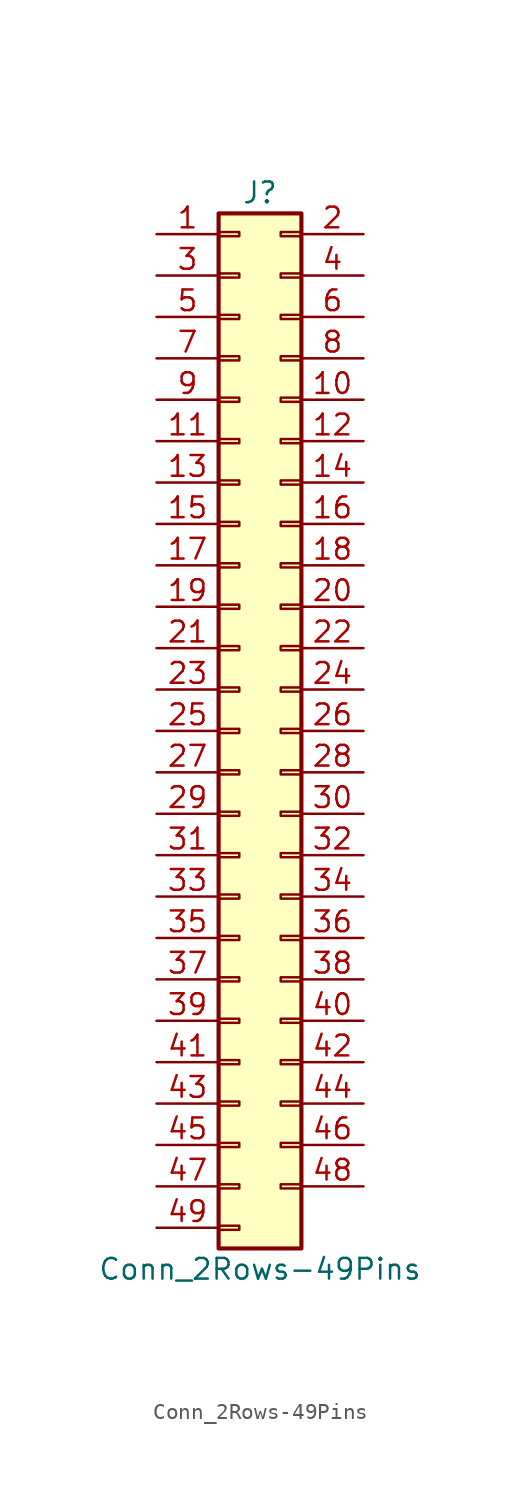
<source format=kicad_sym>
(kicad_symbol_lib
  (version 20200908)
  (generator kicad_symbol_editor)
  (symbol "Connector_Generic:Conn_2Rows-49Pins"
    (pin_names
      (offset 1.016) hide)
    (property "Reference" "J"
      (at 1.27 33.02 0)
      (effects (font (size 1.27 1.27))))
    (property "Value" "Conn_2Rows-49Pins"
      (at 1.27 -33.02 0)
      (effects (font (size 1.27 1.27))))
    (symbol "Conn_2Rows-49Pins_1_1"
      (rectangle (start -1.27 -27.813) (end 0 -28.067) (stroke (width 0.152)) (fill (type none)))
      (rectangle (start -1.27 -30.353) (end 0 -30.607) (stroke (width 0.152)) (fill (type none)))
      (rectangle (start -1.27 -4.953) (end 0 -5.207) (stroke (width 0.152)) (fill (type none)))
      (rectangle (start -1.27 -7.493) (end 0 -7.747) (stroke (width 0.152)) (fill (type none)))
      (rectangle (start -1.27 -10.033) (end 0 -10.287) (stroke (width 0.152)) (fill (type none)))
      (rectangle (start -1.27 -12.573) (end 0 -12.827) (stroke (width 0.152)) (fill (type none)))
      (rectangle (start -1.27 -15.113) (end 0 -15.367) (stroke (width 0.152)) (fill (type none)))
      (rectangle (start -1.27 -17.653) (end 0 -17.907) (stroke (width 0.152)) (fill (type none)))
      (rectangle (start -1.27 -20.193) (end 0 -20.447) (stroke (width 0.152)) (fill (type none)))
      (rectangle (start -1.27 -22.733) (end 0 -22.987) (stroke (width 0.152)) (fill (type none)))
      (rectangle (start -1.27 -2.413) (end 0 -2.667) (stroke (width 0.152)) (fill (type none)))
      (rectangle (start -1.27 -25.273) (end 0 -25.527) (stroke (width 0.152)) (fill (type none)))
      (rectangle (start -1.27 25.527) (end 0 25.273) (stroke (width 0.152)) (fill (type none)))
      (rectangle (start -1.27 2.667) (end 0 2.413) (stroke (width 0.152)) (fill (type none)))
      (rectangle (start -1.27 28.067) (end 0 27.813) (stroke (width 0.152)) (fill (type none)))
      (rectangle (start -1.27 30.607) (end 0 30.353) (stroke (width 0.152)) (fill (type none)))
      (rectangle (start -1.27 31.75) (end 3.81 -31.75) (stroke (width 0.254)) (fill (type background)))
      (rectangle (start -1.27 5.207) (end 0 4.953) (stroke (width 0.152)) (fill (type none)))
      (rectangle (start -1.27 7.747) (end 0 7.493) (stroke (width 0.152)) (fill (type none)))
      (rectangle (start -1.27 10.287) (end 0 10.033) (stroke (width 0.152)) (fill (type none)))
      (rectangle (start -1.27 0.127) (end 0 -0.127) (stroke (width 0.152)) (fill (type none)))
      (rectangle (start -1.27 12.827) (end 0 12.573) (stroke (width 0.152)) (fill (type none)))
      (rectangle (start -1.27 15.367) (end 0 15.113) (stroke (width 0.152)) (fill (type none)))
      (rectangle (start -1.27 17.907) (end 0 17.653) (stroke (width 0.152)) (fill (type none)))
      (rectangle (start -1.27 20.447) (end 0 20.193) (stroke (width 0.152)) (fill (type none)))
      (rectangle (start -1.27 22.987) (end 0 22.733) (stroke (width 0.152)) (fill (type none)))
      (rectangle (start 3.81 -27.813) (end 2.54 -28.067) (stroke (width 0.152)) (fill (type none)))
      (rectangle (start 3.81 -4.953) (end 2.54 -5.207) (stroke (width 0.152)) (fill (type none)))
      (rectangle (start 3.81 -7.493) (end 2.54 -7.747) (stroke (width 0.152)) (fill (type none)))
      (rectangle (start 3.81 -10.033) (end 2.54 -10.287) (stroke (width 0.152)) (fill (type none)))
      (rectangle (start 3.81 -12.573) (end 2.54 -12.827) (stroke (width 0.152)) (fill (type none)))
      (rectangle (start 3.81 -15.113) (end 2.54 -15.367) (stroke (width 0.152)) (fill (type none)))
      (rectangle (start 3.81 -17.653) (end 2.54 -17.907) (stroke (width 0.152)) (fill (type none)))
      (rectangle (start 3.81 -20.193) (end 2.54 -20.447) (stroke (width 0.152)) (fill (type none)))
      (rectangle (start 3.81 -22.733) (end 2.54 -22.987) (stroke (width 0.152)) (fill (type none)))
      (rectangle (start 3.81 -2.413) (end 2.54 -2.667) (stroke (width 0.152)) (fill (type none)))
      (rectangle (start 3.81 -25.273) (end 2.54 -25.527) (stroke (width 0.152)) (fill (type none)))
      (rectangle (start 3.81 25.527) (end 2.54 25.273) (stroke (width 0.152)) (fill (type none)))
      (rectangle (start 3.81 2.667) (end 2.54 2.413) (stroke (width 0.152)) (fill (type none)))
      (rectangle (start 3.81 28.067) (end 2.54 27.813) (stroke (width 0.152)) (fill (type none)))
      (rectangle (start 3.81 30.607) (end 2.54 30.353) (stroke (width 0.152)) (fill (type none)))
      (rectangle (start 3.81 5.207) (end 2.54 4.953) (stroke (width 0.152)) (fill (type none)))
      (rectangle (start 3.81 7.747) (end 2.54 7.493) (stroke (width 0.152)) (fill (type none)))
      (rectangle (start 3.81 10.287) (end 2.54 10.033) (stroke (width 0.152)) (fill (type none)))
      (rectangle (start 3.81 0.127) (end 2.54 -0.127) (stroke (width 0.152)) (fill (type none)))
      (rectangle (start 3.81 12.827) (end 2.54 12.573) (stroke (width 0.152)) (fill (type none)))
      (rectangle (start 3.81 15.367) (end 2.54 15.113) (stroke (width 0.152)) (fill (type none)))
      (rectangle (start 3.81 17.907) (end 2.54 17.653) (stroke (width 0.152)) (fill (type none)))
      (rectangle (start 3.81 20.447) (end 2.54 20.193) (stroke (width 0.152)) (fill (type none)))
      (rectangle (start 3.81 22.987) (end 2.54 22.733) (stroke (width 0.152)) (fill (type none)))
      (pin passive line (at -5.08 30.48 0) (length 3.81) (name "Pin_1" (effects (font (size 1.27 1.27)))) (number "1" (effects (font (size 1.27 1.27)))))
      (pin passive line (at 7.62 20.32 180) (length 3.81) (name "Pin_10" (effects (font (size 1.27 1.27)))) (number "10" (effects (font (size 1.27 1.27)))))
      (pin passive line (at -5.08 17.78 0) (length 3.81) (name "Pin_11" (effects (font (size 1.27 1.27)))) (number "11" (effects (font (size 1.27 1.27)))))
      (pin passive line (at 7.62 17.78 180) (length 3.81) (name "Pin_12" (effects (font (size 1.27 1.27)))) (number "12" (effects (font (size 1.27 1.27)))))
      (pin passive line (at -5.08 15.24 0) (length 3.81) (name "Pin_13" (effects (font (size 1.27 1.27)))) (number "13" (effects (font (size 1.27 1.27)))))
      (pin passive line (at 7.62 15.24 180) (length 3.81) (name "Pin_14" (effects (font (size 1.27 1.27)))) (number "14" (effects (font (size 1.27 1.27)))))
      (pin passive line (at -5.08 12.7 0) (length 3.81) (name "Pin_15" (effects (font (size 1.27 1.27)))) (number "15" (effects (font (size 1.27 1.27)))))
      (pin passive line (at 7.62 12.7 180) (length 3.81) (name "Pin_16" (effects (font (size 1.27 1.27)))) (number "16" (effects (font (size 1.27 1.27)))))
      (pin passive line (at -5.08 10.16 0) (length 3.81) (name "Pin_17" (effects (font (size 1.27 1.27)))) (number "17" (effects (font (size 1.27 1.27)))))
      (pin passive line (at 7.62 10.16 180) (length 3.81) (name "Pin_18" (effects (font (size 1.27 1.27)))) (number "18" (effects (font (size 1.27 1.27)))))
      (pin passive line (at -5.08 7.62 0) (length 3.81) (name "Pin_19" (effects (font (size 1.27 1.27)))) (number "19" (effects (font (size 1.27 1.27)))))
      (pin passive line (at 7.62 30.48 180) (length 3.81) (name "Pin_2" (effects (font (size 1.27 1.27)))) (number "2" (effects (font (size 1.27 1.27)))))
      (pin passive line (at 7.62 7.62 180) (length 3.81) (name "Pin_20" (effects (font (size 1.27 1.27)))) (number "20" (effects (font (size 1.27 1.27)))))
      (pin passive line (at -5.08 5.08 0) (length 3.81) (name "Pin_21" (effects (font (size 1.27 1.27)))) (number "21" (effects (font (size 1.27 1.27)))))
      (pin passive line (at 7.62 5.08 180) (length 3.81) (name "Pin_22" (effects (font (size 1.27 1.27)))) (number "22" (effects (font (size 1.27 1.27)))))
      (pin passive line (at -5.08 2.54 0) (length 3.81) (name "Pin_23" (effects (font (size 1.27 1.27)))) (number "23" (effects (font (size 1.27 1.27)))))
      (pin passive line (at 7.62 2.54 180) (length 3.81) (name "Pin_24" (effects (font (size 1.27 1.27)))) (number "24" (effects (font (size 1.27 1.27)))))
      (pin passive line (at -5.08 0 0) (length 3.81) (name "Pin_25" (effects (font (size 1.27 1.27)))) (number "25" (effects (font (size 1.27 1.27)))))
      (pin passive line (at 7.62 0 180) (length 3.81) (name "Pin_26" (effects (font (size 1.27 1.27)))) (number "26" (effects (font (size 1.27 1.27)))))
      (pin passive line (at -5.08 -2.54 0) (length 3.81) (name "Pin_27" (effects (font (size 1.27 1.27)))) (number "27" (effects (font (size 1.27 1.27)))))
      (pin passive line (at 7.62 -2.54 180) (length 3.81) (name "Pin_28" (effects (font (size 1.27 1.27)))) (number "28" (effects (font (size 1.27 1.27)))))
      (pin passive line (at -5.08 -5.08 0) (length 3.81) (name "Pin_29" (effects (font (size 1.27 1.27)))) (number "29" (effects (font (size 1.27 1.27)))))
      (pin passive line (at -5.08 27.94 0) (length 3.81) (name "Pin_3" (effects (font (size 1.27 1.27)))) (number "3" (effects (font (size 1.27 1.27)))))
      (pin passive line (at 7.62 -5.08 180) (length 3.81) (name "Pin_30" (effects (font (size 1.27 1.27)))) (number "30" (effects (font (size 1.27 1.27)))))
      (pin passive line (at -5.08 -7.62 0) (length 3.81) (name "Pin_31" (effects (font (size 1.27 1.27)))) (number "31" (effects (font (size 1.27 1.27)))))
      (pin passive line (at 7.62 -7.62 180) (length 3.81) (name "Pin_32" (effects (font (size 1.27 1.27)))) (number "32" (effects (font (size 1.27 1.27)))))
      (pin passive line (at -5.08 -10.16 0) (length 3.81) (name "Pin_33" (effects (font (size 1.27 1.27)))) (number "33" (effects (font (size 1.27 1.27)))))
      (pin passive line (at 7.62 -10.16 180) (length 3.81) (name "Pin_34" (effects (font (size 1.27 1.27)))) (number "34" (effects (font (size 1.27 1.27)))))
      (pin passive line (at -5.08 -12.7 0) (length 3.81) (name "Pin_35" (effects (font (size 1.27 1.27)))) (number "35" (effects (font (size 1.27 1.27)))))
      (pin passive line (at 7.62 -12.7 180) (length 3.81) (name "Pin_36" (effects (font (size 1.27 1.27)))) (number "36" (effects (font (size 1.27 1.27)))))
      (pin passive line (at -5.08 -15.24 0) (length 3.81) (name "Pin_37" (effects (font (size 1.27 1.27)))) (number "37" (effects (font (size 1.27 1.27)))))
      (pin passive line (at 7.62 -15.24 180) (length 3.81) (name "Pin_38" (effects (font (size 1.27 1.27)))) (number "38" (effects (font (size 1.27 1.27)))))
      (pin passive line (at -5.08 -17.78 0) (length 3.81) (name "Pin_39" (effects (font (size 1.27 1.27)))) (number "39" (effects (font (size 1.27 1.27)))))
      (pin passive line (at 7.62 27.94 180) (length 3.81) (name "Pin_4" (effects (font (size 1.27 1.27)))) (number "4" (effects (font (size 1.27 1.27)))))
      (pin passive line (at 7.62 -17.78 180) (length 3.81) (name "Pin_40" (effects (font (size 1.27 1.27)))) (number "40" (effects (font (size 1.27 1.27)))))
      (pin passive line (at -5.08 -20.32 0) (length 3.81) (name "Pin_41" (effects (font (size 1.27 1.27)))) (number "41" (effects (font (size 1.27 1.27)))))
      (pin passive line (at 7.62 -20.32 180) (length 3.81) (name "Pin_42" (effects (font (size 1.27 1.27)))) (number "42" (effects (font (size 1.27 1.27)))))
      (pin passive line (at -5.08 -22.86 0) (length 3.81) (name "Pin_43" (effects (font (size 1.27 1.27)))) (number "43" (effects (font (size 1.27 1.27)))))
      (pin passive line (at 7.62 -22.86 180) (length 3.81) (name "Pin_44" (effects (font (size 1.27 1.27)))) (number "44" (effects (font (size 1.27 1.27)))))
      (pin passive line (at -5.08 -25.4 0) (length 3.81) (name "Pin_45" (effects (font (size 1.27 1.27)))) (number "45" (effects (font (size 1.27 1.27)))))
      (pin passive line (at 7.62 -25.4 180) (length 3.81) (name "Pin_46" (effects (font (size 1.27 1.27)))) (number "46" (effects (font (size 1.27 1.27)))))
      (pin passive line (at -5.08 -27.94 0) (length 3.81) (name "Pin_47" (effects (font (size 1.27 1.27)))) (number "47" (effects (font (size 1.27 1.27)))))
      (pin passive line (at 7.62 -27.94 180) (length 3.81) (name "Pin_48" (effects (font (size 1.27 1.27)))) (number "48" (effects (font (size 1.27 1.27)))))
      (pin passive line (at -5.08 -30.48 0) (length 3.81) (name "Pin_49" (effects (font (size 1.27 1.27)))) (number "49" (effects (font (size 1.27 1.27)))))
      (pin passive line (at -5.08 25.4 0) (length 3.81) (name "Pin_5" (effects (font (size 1.27 1.27)))) (number "5" (effects (font (size 1.27 1.27)))))
      (pin passive line (at 7.62 25.4 180) (length 3.81) (name "Pin_6" (effects (font (size 1.27 1.27)))) (number "6" (effects (font (size 1.27 1.27)))))
      (pin passive line (at -5.08 22.86 0) (length 3.81) (name "Pin_7" (effects (font (size 1.27 1.27)))) (number "7" (effects (font (size 1.27 1.27)))))
      (pin passive line (at 7.62 22.86 180) (length 3.81) (name "Pin_8" (effects (font (size 1.27 1.27)))) (number "8" (effects (font (size 1.27 1.27)))))
      (pin passive line (at -5.08 20.32 0) (length 3.81) (name "Pin_9" (effects (font (size 1.27 1.27)))) (number "9" (effects (font (size 1.27 1.27))))))))
</source>
